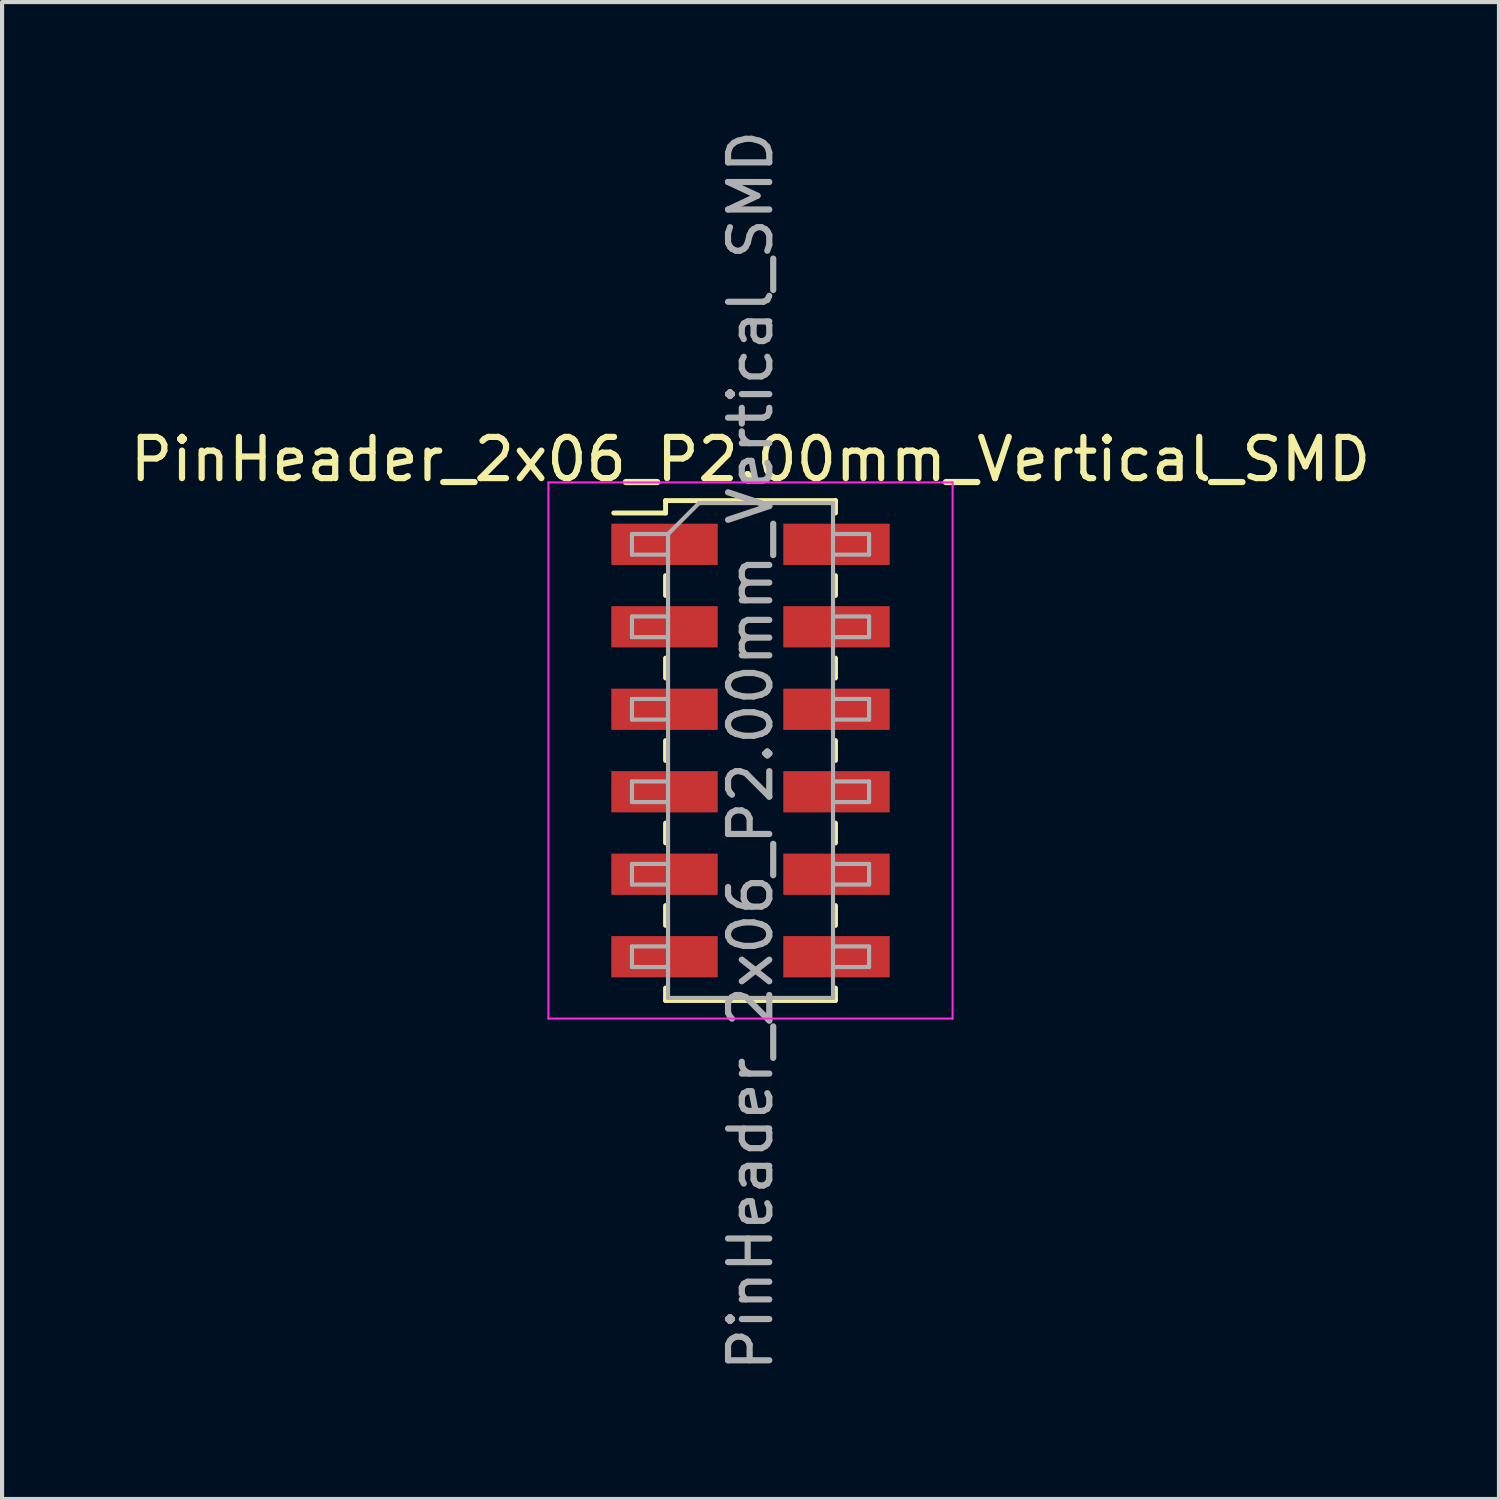
<source format=kicad_pcb>
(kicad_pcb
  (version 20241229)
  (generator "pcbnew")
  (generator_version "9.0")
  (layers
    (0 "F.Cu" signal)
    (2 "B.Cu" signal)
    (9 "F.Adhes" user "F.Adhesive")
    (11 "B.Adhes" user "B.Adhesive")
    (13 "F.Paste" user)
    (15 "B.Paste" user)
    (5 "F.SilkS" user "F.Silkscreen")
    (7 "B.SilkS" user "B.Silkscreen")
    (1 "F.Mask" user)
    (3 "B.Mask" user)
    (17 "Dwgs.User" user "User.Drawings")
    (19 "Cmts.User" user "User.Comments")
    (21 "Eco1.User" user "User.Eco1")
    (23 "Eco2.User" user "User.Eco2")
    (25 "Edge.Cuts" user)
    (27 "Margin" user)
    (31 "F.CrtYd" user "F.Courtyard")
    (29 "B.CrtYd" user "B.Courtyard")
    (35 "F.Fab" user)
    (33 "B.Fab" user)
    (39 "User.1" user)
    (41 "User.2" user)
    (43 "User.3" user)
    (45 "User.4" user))
  (footprint "PinHeader_2x06_P2.00mm_Vertical_SMD"
    (layer "F.Cu")
    (at 15.149 15.149)
    (property "Reference" "PinHeader_2x06_P2.00mm_Vertical_SMD" (at 0 -7.06 0) (layer "F.SilkS") (effects (font (size 1 1) (thickness 0.15))))
    (attr smd)
    (fp_line (start -3.315 -5.76) (end -2.06 -5.76) (stroke (width 0.12) (type solid)) (layer "F.SilkS"))
    (fp_line (start -2.06 -6.06) (end -2.06 -5.76) (stroke (width 0.12) (type solid)) (layer "F.SilkS"))
    (fp_line (start -2.06 -6.06) (end 2.06 -6.06) (stroke (width 0.12) (type solid)) (layer "F.SilkS"))
    (fp_line (start -2.06 -4.24) (end -2.06 -3.76) (stroke (width 0.12) (type solid)) (layer "F.SilkS"))
    (fp_line (start -2.06 -2.24) (end -2.06 -1.76) (stroke (width 0.12) (type solid)) (layer "F.SilkS"))
    (fp_line (start -2.06 -0.24) (end -2.06 0.24) (stroke (width 0.12) (type solid)) (layer "F.SilkS"))
    (fp_line (start -2.06 1.76) (end -2.06 2.24) (stroke (width 0.12) (type solid)) (layer "F.SilkS"))
    (fp_line (start -2.06 3.76) (end -2.06 4.24) (stroke (width 0.12) (type solid)) (layer "F.SilkS"))
    (fp_line (start -2.06 5.76) (end -2.06 6.06) (stroke (width 0.12) (type solid)) (layer "F.SilkS"))
    (fp_line (start -2.06 6.06) (end 2.06 6.06) (stroke (width 0.12) (type solid)) (layer "F.SilkS"))
    (fp_line (start 2.06 -6.06) (end 2.06 -5.76) (stroke (width 0.12) (type solid)) (layer "F.SilkS"))
    (fp_line (start 2.06 -4.24) (end 2.06 -3.76) (stroke (width 0.12) (type solid)) (layer "F.SilkS"))
    (fp_line (start 2.06 -2.24) (end 2.06 -1.76) (stroke (width 0.12) (type solid)) (layer "F.SilkS"))
    (fp_line (start 2.06 -0.24) (end 2.06 0.24) (stroke (width 0.12) (type solid)) (layer "F.SilkS"))
    (fp_line (start 2.06 1.76) (end 2.06 2.24) (stroke (width 0.12) (type solid)) (layer "F.SilkS"))
    (fp_line (start 2.06 3.76) (end 2.06 4.24) (stroke (width 0.12) (type solid)) (layer "F.SilkS"))
    (fp_line (start 2.06 5.76) (end 2.06 6.06) (stroke (width 0.12) (type solid)) (layer "F.SilkS"))
    (fp_line (start -4.9 -6.5) (end -4.9 6.5) (stroke (width 0.05) (type solid)) (layer "F.CrtYd"))
    (fp_line (start -4.9 6.5) (end 4.9 6.5) (stroke (width 0.05) (type solid)) (layer "F.CrtYd"))
    (fp_line (start 4.9 -6.5) (end -4.9 -6.5) (stroke (width 0.05) (type solid)) (layer "F.CrtYd"))
    (fp_line (start 4.9 6.5) (end 4.9 -6.5) (stroke (width 0.05) (type solid)) (layer "F.CrtYd"))
    (fp_line (start -2.875 -5.25) (end -2.875 -4.75) (stroke (width 0.1) (type solid)) (layer "F.Fab"))
    (fp_line (start -2.875 -4.75) (end -2 -4.75) (stroke (width 0.1) (type solid)) (layer "F.Fab"))
    (fp_line (start -2.875 -3.25) (end -2.875 -2.75) (stroke (width 0.1) (type solid)) (layer "F.Fab"))
    (fp_line (start -2.875 -2.75) (end -2 -2.75) (stroke (width 0.1) (type solid)) (layer "F.Fab"))
    (fp_line (start -2.875 -1.25) (end -2.875 -0.75) (stroke (width 0.1) (type solid)) (layer "F.Fab"))
    (fp_line (start -2.875 -0.75) (end -2 -0.75) (stroke (width 0.1) (type solid)) (layer "F.Fab"))
    (fp_line (start -2.875 0.75) (end -2.875 1.25) (stroke (width 0.1) (type solid)) (layer "F.Fab"))
    (fp_line (start -2.875 1.25) (end -2 1.25) (stroke (width 0.1) (type solid)) (layer "F.Fab"))
    (fp_line (start -2.875 2.75) (end -2.875 3.25) (stroke (width 0.1) (type solid)) (layer "F.Fab"))
    (fp_line (start -2.875 3.25) (end -2 3.25) (stroke (width 0.1) (type solid)) (layer "F.Fab"))
    (fp_line (start -2.875 4.75) (end -2.875 5.25) (stroke (width 0.1) (type solid)) (layer "F.Fab"))
    (fp_line (start -2.875 5.25) (end -2 5.25) (stroke (width 0.1) (type solid)) (layer "F.Fab"))
    (fp_line (start -2 -5.25) (end -2.875 -5.25) (stroke (width 0.1) (type solid)) (layer "F.Fab"))
    (fp_line (start -2 -5.25) (end -1.25 -6) (stroke (width 0.1) (type solid)) (layer "F.Fab"))
    (fp_line (start -2 -3.25) (end -2.875 -3.25) (stroke (width 0.1) (type solid)) (layer "F.Fab"))
    (fp_line (start -2 -1.25) (end -2.875 -1.25) (stroke (width 0.1) (type solid)) (layer "F.Fab"))
    (fp_line (start -2 0.75) (end -2.875 0.75) (stroke (width 0.1) (type solid)) (layer "F.Fab"))
    (fp_line (start -2 2.75) (end -2.875 2.75) (stroke (width 0.1) (type solid)) (layer "F.Fab"))
    (fp_line (start -2 4.75) (end -2.875 4.75) (stroke (width 0.1) (type solid)) (layer "F.Fab"))
    (fp_line (start -2 6) (end -2 -5.25) (stroke (width 0.1) (type solid)) (layer "F.Fab"))
    (fp_line (start -1.25 -6) (end 2 -6) (stroke (width 0.1) (type solid)) (layer "F.Fab"))
    (fp_line (start 2 -6) (end 2 6) (stroke (width 0.1) (type solid)) (layer "F.Fab"))
    (fp_line (start 2 -5.25) (end 2.875 -5.25) (stroke (width 0.1) (type solid)) (layer "F.Fab"))
    (fp_line (start 2 -3.25) (end 2.875 -3.25) (stroke (width 0.1) (type solid)) (layer "F.Fab"))
    (fp_line (start 2 -1.25) (end 2.875 -1.25) (stroke (width 0.1) (type solid)) (layer "F.Fab"))
    (fp_line (start 2 0.75) (end 2.875 0.75) (stroke (width 0.1) (type solid)) (layer "F.Fab"))
    (fp_line (start 2 2.75) (end 2.875 2.75) (stroke (width 0.1) (type solid)) (layer "F.Fab"))
    (fp_line (start 2 4.75) (end 2.875 4.75) (stroke (width 0.1) (type solid)) (layer "F.Fab"))
    (fp_line (start 2 6) (end -2 6) (stroke (width 0.1) (type solid)) (layer "F.Fab"))
    (fp_line (start 2.875 -5.25) (end 2.875 -4.75) (stroke (width 0.1) (type solid)) (layer "F.Fab"))
    (fp_line (start 2.875 -4.75) (end 2 -4.75) (stroke (width 0.1) (type solid)) (layer "F.Fab"))
    (fp_line (start 2.875 -3.25) (end 2.875 -2.75) (stroke (width 0.1) (type solid)) (layer "F.Fab"))
    (fp_line (start 2.875 -2.75) (end 2 -2.75) (stroke (width 0.1) (type solid)) (layer "F.Fab"))
    (fp_line (start 2.875 -1.25) (end 2.875 -0.75) (stroke (width 0.1) (type solid)) (layer "F.Fab"))
    (fp_line (start 2.875 -0.75) (end 2 -0.75) (stroke (width 0.1) (type solid)) (layer "F.Fab"))
    (fp_line (start 2.875 0.75) (end 2.875 1.25) (stroke (width 0.1) (type solid)) (layer "F.Fab"))
    (fp_line (start 2.875 1.25) (end 2 1.25) (stroke (width 0.1) (type solid)) (layer "F.Fab"))
    (fp_line (start 2.875 2.75) (end 2.875 3.25) (stroke (width 0.1) (type solid)) (layer "F.Fab"))
    (fp_line (start 2.875 3.25) (end 2 3.25) (stroke (width 0.1) (type solid)) (layer "F.Fab"))
    (fp_line (start 2.875 4.75) (end 2.875 5.25) (stroke (width 0.1) (type solid)) (layer "F.Fab"))
    (fp_line (start 2.875 5.25) (end 2 5.25) (stroke (width 0.1) (type solid)) (layer "F.Fab"))
    (fp_text user "${REFERENCE}" (at 0 0 90) (layer "F.Fab") (effects (font (size 1 1) (thickness 0.15))))
    (pad "1" smd rect (at -2.085 -5) (size 2.58 1) (layers "F.Cu" "F.Mask" "F.Paste"))
    (pad "2" smd rect (at 2.085 -5) (size 2.58 1) (layers "F.Cu" "F.Mask" "F.Paste"))
    (pad "3" smd rect (at -2.085 -3) (size 2.58 1) (layers "F.Cu" "F.Mask" "F.Paste"))
    (pad "4" smd rect (at 2.085 -3) (size 2.58 1) (layers "F.Cu" "F.Mask" "F.Paste"))
    (pad "5" smd rect (at -2.085 -1) (size 2.58 1) (layers "F.Cu" "F.Mask" "F.Paste"))
    (pad "6" smd rect (at 2.085 -1) (size 2.58 1) (layers "F.Cu" "F.Mask" "F.Paste"))
    (pad "7" smd rect (at -2.085 1) (size 2.58 1) (layers "F.Cu" "F.Mask" "F.Paste"))
    (pad "8" smd rect (at 2.085 1) (size 2.58 1) (layers "F.Cu" "F.Mask" "F.Paste"))
    (pad "9" smd rect (at -2.085 3) (size 2.58 1) (layers "F.Cu" "F.Mask" "F.Paste"))
    (pad "10" smd rect (at 2.085 3) (size 2.58 1) (layers "F.Cu" "F.Mask" "F.Paste"))
    (pad "11" smd rect (at -2.085 5) (size 2.58 1) (layers "F.Cu" "F.Mask" "F.Paste"))
    (pad "12" smd rect (at 2.085 5) (size 2.58 1) (layers "F.Cu" "F.Mask" "F.Paste")))
  (gr_rect
    (start -3 -3)
    (end 33.298 33.298)
    (stroke (width 0.1) (type default))
    (fill no)
    (layer "Edge.Cuts")))
</source>
